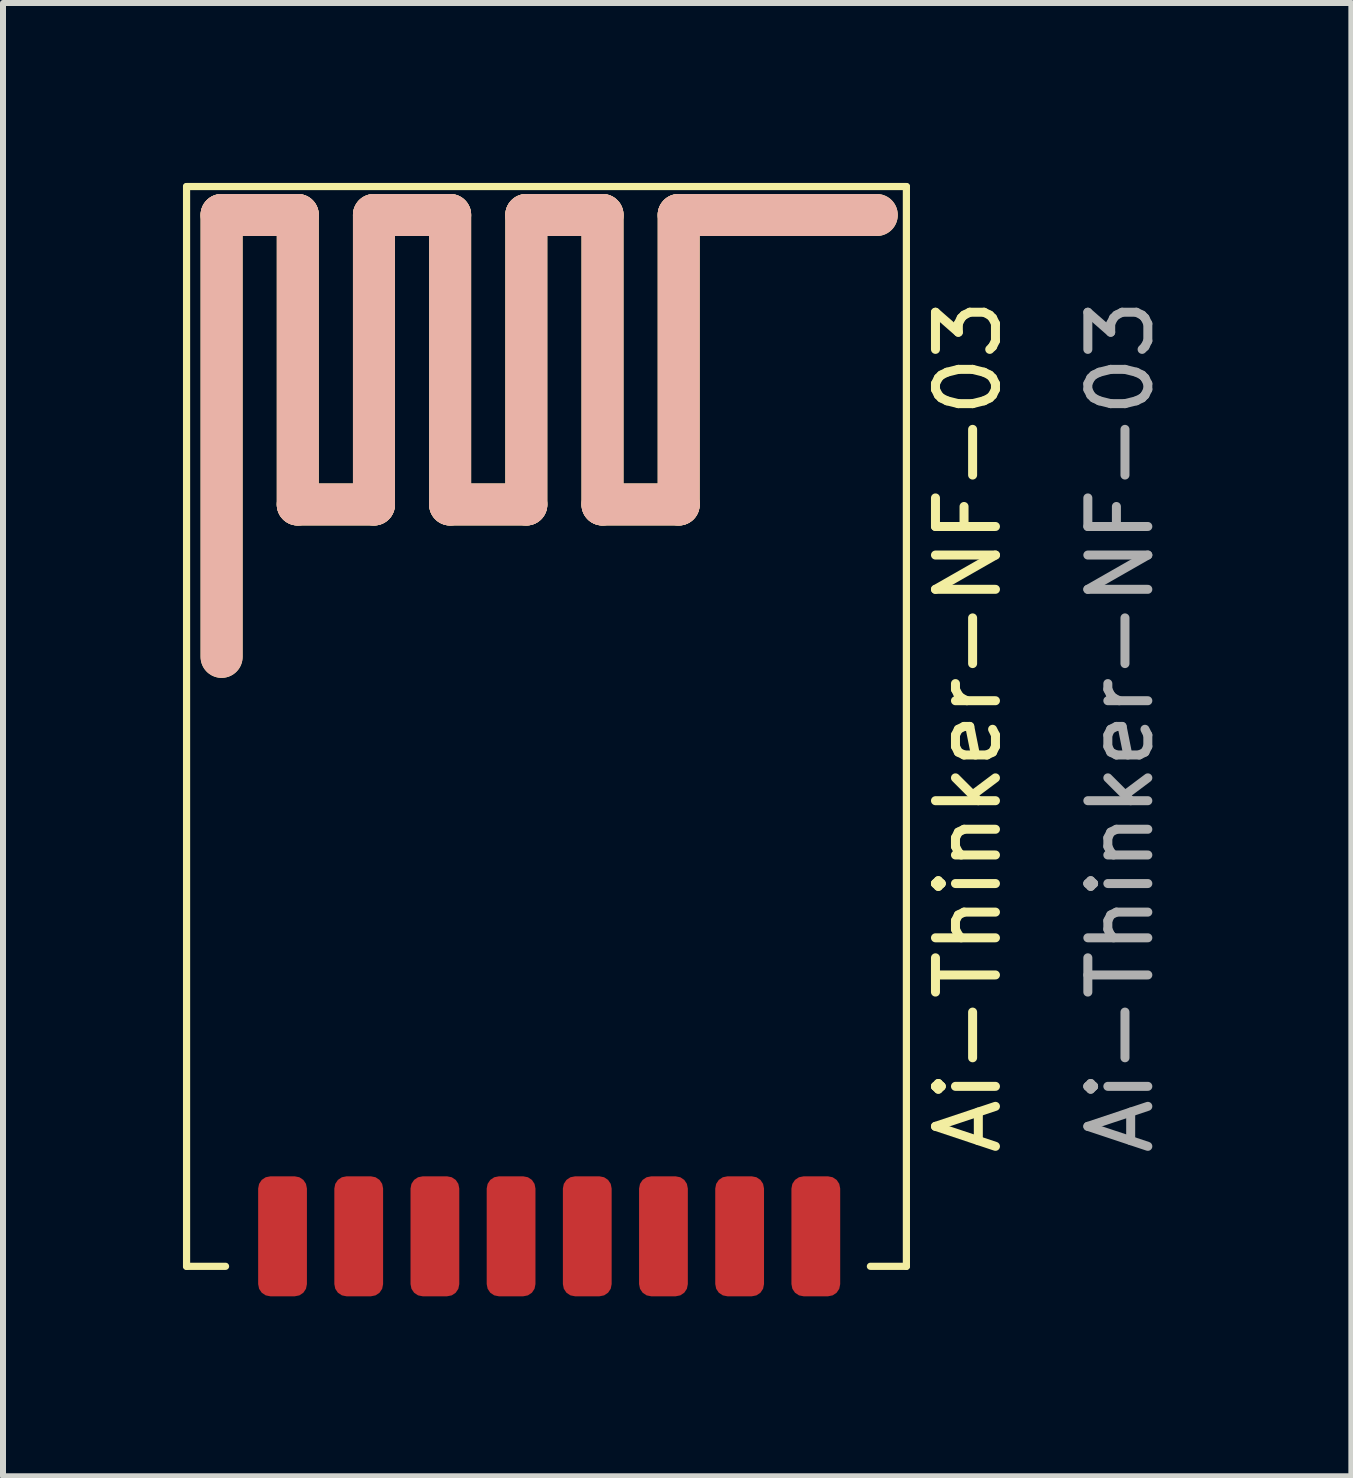
<source format=kicad_pcb>
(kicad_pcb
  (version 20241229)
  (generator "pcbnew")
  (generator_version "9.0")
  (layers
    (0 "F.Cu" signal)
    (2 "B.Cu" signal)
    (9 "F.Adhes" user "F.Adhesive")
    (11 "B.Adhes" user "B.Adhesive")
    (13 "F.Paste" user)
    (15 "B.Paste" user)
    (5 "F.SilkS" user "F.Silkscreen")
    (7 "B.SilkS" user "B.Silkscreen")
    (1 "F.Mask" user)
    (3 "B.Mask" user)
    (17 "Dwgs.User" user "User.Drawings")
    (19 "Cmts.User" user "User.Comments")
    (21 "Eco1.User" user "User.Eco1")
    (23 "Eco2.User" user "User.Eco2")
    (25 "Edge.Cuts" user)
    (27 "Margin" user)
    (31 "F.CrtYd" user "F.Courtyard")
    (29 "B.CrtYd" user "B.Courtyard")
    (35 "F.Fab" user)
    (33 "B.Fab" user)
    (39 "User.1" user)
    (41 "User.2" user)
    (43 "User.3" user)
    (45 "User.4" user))
  (footprint "Ai-Thinker-NF-03"
    (layer "F.Cu")
    (at 1.66 18.06)
    (property "Reference" "Ai-Thinker-NF-03" (at 11.43 -9 90) (unlocked yes) (layer "F.SilkS") (effects (font (size 1 1) (thickness 0.15))))
    (attr smd)
    (fp_line (start -1.6 -18) (end -1.6 0) (stroke (width 0.12) (type solid)) (layer "F.SilkS"))
    (fp_line (start -1.6 -18) (end 10.4 -18) (stroke (width 0.12) (type solid)) (layer "F.SilkS"))
    (fp_line (start -1.016 -17.526) (end 0.254 -17.526) (stroke (width 0.7) (type solid)) (layer "F.SilkS"))
    (fp_line (start -1.016 -10.16) (end -1.016 -17.526) (stroke (width 0.7) (type solid)) (layer "F.SilkS"))
    (fp_line (start -0.95 0) (end -1.6 0) (stroke (width 0.12) (type solid)) (layer "F.SilkS"))
    (fp_line (start 0.254 -17.526) (end 0.254 -12.7) (stroke (width 0.7) (type solid)) (layer "F.SilkS"))
    (fp_line (start 0.254 -12.7) (end 1.524 -12.7) (stroke (width 0.7) (type solid)) (layer "F.SilkS"))
    (fp_line (start 1.524 -17.526) (end 2.794 -17.526) (stroke (width 0.7) (type solid)) (layer "F.SilkS"))
    (fp_line (start 1.524 -12.7) (end 1.524 -17.526) (stroke (width 0.7) (type solid)) (layer "F.SilkS"))
    (fp_line (start 2.794 -17.526) (end 2.794 -12.7) (stroke (width 0.7) (type solid)) (layer "F.SilkS"))
    (fp_line (start 2.794 -12.7) (end 4.064 -12.7) (stroke (width 0.7) (type solid)) (layer "F.SilkS"))
    (fp_line (start 4.064 -17.526) (end 5.334 -17.526) (stroke (width 0.7) (type solid)) (layer "F.SilkS"))
    (fp_line (start 4.064 -12.7) (end 4.064 -17.526) (stroke (width 0.7) (type solid)) (layer "F.SilkS"))
    (fp_line (start 5.334 -17.526) (end 5.334 -12.7) (stroke (width 0.7) (type solid)) (layer "F.SilkS"))
    (fp_line (start 5.334 -12.7) (end 6.604 -12.7) (stroke (width 0.7) (type solid)) (layer "F.SilkS"))
    (fp_line (start 6.604 -17.526) (end 9.906 -17.526) (stroke (width 0.7) (type solid)) (layer "F.SilkS"))
    (fp_line (start 6.604 -12.7) (end 6.604 -17.526) (stroke (width 0.7) (type solid)) (layer "F.SilkS"))
    (fp_line (start 10.4 -18) (end 10.4 0) (stroke (width 0.12) (type solid)) (layer "F.SilkS"))
    (fp_line (start 10.4 0) (end 9.8 0) (stroke (width 0.12) (type solid)) (layer "F.SilkS"))
    (fp_line (start -1.016 -17.526) (end 0.254 -17.526) (stroke (width 0.7) (type solid)) (layer "B.SilkS"))
    (fp_line (start -1.016 -10.16) (end -1.016 -17.526) (stroke (width 0.7) (type solid)) (layer "B.SilkS"))
    (fp_line (start 0.254 -17.526) (end 0.254 -12.7) (stroke (width 0.7) (type solid)) (layer "B.SilkS"))
    (fp_line (start 0.254 -12.7) (end 1.524 -12.7) (stroke (width 0.7) (type solid)) (layer "B.SilkS"))
    (fp_line (start 1.524 -17.526) (end 2.794 -17.526) (stroke (width 0.7) (type solid)) (layer "B.SilkS"))
    (fp_line (start 1.524 -12.7) (end 1.524 -17.526) (stroke (width 0.7) (type solid)) (layer "B.SilkS"))
    (fp_line (start 2.794 -17.526) (end 2.794 -12.7) (stroke (width 0.7) (type solid)) (layer "B.SilkS"))
    (fp_line (start 2.794 -12.7) (end 4.064 -12.7) (stroke (width 0.7) (type solid)) (layer "B.SilkS"))
    (fp_line (start 4.064 -17.526) (end 5.334 -17.526) (stroke (width 0.7) (type solid)) (layer "B.SilkS"))
    (fp_line (start 4.064 -12.7) (end 4.064 -17.526) (stroke (width 0.7) (type solid)) (layer "B.SilkS"))
    (fp_line (start 5.334 -17.526) (end 5.334 -12.7) (stroke (width 0.7) (type solid)) (layer "B.SilkS"))
    (fp_line (start 5.334 -12.7) (end 6.604 -12.7) (stroke (width 0.7) (type solid)) (layer "B.SilkS"))
    (fp_line (start 6.604 -17.526) (end 9.906 -17.526) (stroke (width 0.7) (type solid)) (layer "B.SilkS"))
    (fp_line (start 6.604 -12.7) (end 6.604 -17.526) (stroke (width 0.7) (type solid)) (layer "B.SilkS"))
    (fp_text user "${REFERENCE}" (at 13.97 -9 90) (unlocked yes) (layer "F.Fab") (effects (font (size 1 1) (thickness 0.15))))
    (pad "1" smd roundrect (at 0 -0.5) (size 0.813 2) (layers "F.Cu" "F.Mask" "F.Paste") (roundrect_rratio 0.25))
    (pad "2" smd roundrect (at 1.27 -0.5) (size 0.813 2) (layers "F.Cu" "F.Mask" "F.Paste") (roundrect_rratio 0.25))
    (pad "3" smd roundrect (at 2.54 -0.5) (size 0.813 2) (layers "F.Cu" "F.Mask" "F.Paste") (roundrect_rratio 0.25))
    (pad "4" smd roundrect (at 3.81 -0.5) (size 0.813 2) (layers "F.Cu" "F.Mask" "F.Paste") (roundrect_rratio 0.25))
    (pad "5" smd roundrect (at 5.08 -0.5) (size 0.813 2) (layers "F.Cu" "F.Mask" "F.Paste") (roundrect_rratio 0.25))
    (pad "6" smd roundrect (at 6.35 -0.5) (size 0.813 2) (layers "F.Cu" "F.Mask" "F.Paste") (roundrect_rratio 0.25))
    (pad "7" smd roundrect (at 7.62 -0.5) (size 0.813 2) (layers "F.Cu" "F.Mask" "F.Paste") (roundrect_rratio 0.25))
    (pad "8" smd roundrect (at 8.89 -0.5) (size 0.813 2) (layers "F.Cu" "F.Mask" "F.Paste") (roundrect_rratio 0.25)))
  (gr_rect
    (start -3 -3)
    (end 19.478 21.56)
    (stroke (width 0.1) (type default))
    (fill no)
    (layer "Edge.Cuts")))
</source>
